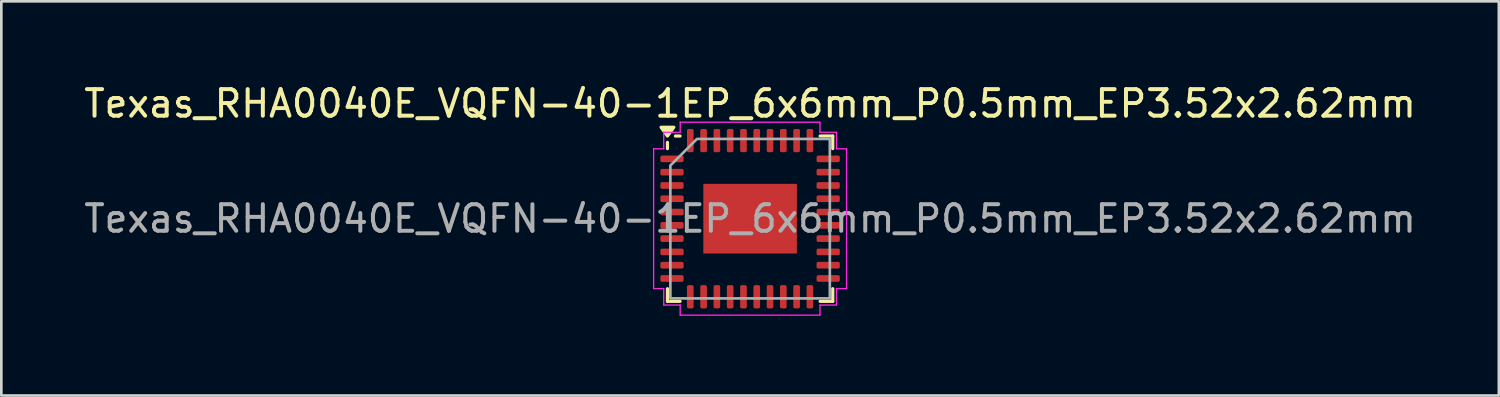
<source format=kicad_pcb>
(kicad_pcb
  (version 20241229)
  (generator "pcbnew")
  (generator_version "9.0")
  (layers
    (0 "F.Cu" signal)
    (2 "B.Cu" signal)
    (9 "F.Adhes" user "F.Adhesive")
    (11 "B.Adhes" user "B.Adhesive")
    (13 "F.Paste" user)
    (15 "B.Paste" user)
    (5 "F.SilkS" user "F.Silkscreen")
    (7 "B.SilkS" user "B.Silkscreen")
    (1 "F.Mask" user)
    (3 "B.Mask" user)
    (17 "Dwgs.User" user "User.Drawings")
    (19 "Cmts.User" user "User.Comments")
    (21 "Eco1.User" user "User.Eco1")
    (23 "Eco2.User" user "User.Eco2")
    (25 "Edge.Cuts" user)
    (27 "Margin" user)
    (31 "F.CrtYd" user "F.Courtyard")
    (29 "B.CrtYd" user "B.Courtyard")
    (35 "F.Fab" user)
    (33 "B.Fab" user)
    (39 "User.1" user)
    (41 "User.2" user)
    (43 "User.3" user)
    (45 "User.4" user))
  (footprint "Texas_RHA0040E_VQFN-40-1EP_6x6mm_P0.5mm_EP3.52x2.62mm"
    (layer "F.Cu")
    (at 25.173 5.178)
    (property "Reference" "Texas_RHA0040E_VQFN-40-1EP_6x6mm_P0.5mm_EP3.52x2.62mm" (at 0 -4.33 0) (layer "F.SilkS") (effects (font (size 1 1) (thickness 0.15))))
    (attr smd)
    (fp_line (start -3.11 -2.635) (end -3.11 -2.87) (stroke (width 0.12) (type solid)) (layer "F.SilkS"))
    (fp_line (start -3.11 3.11) (end -3.11 2.635) (stroke (width 0.12) (type solid)) (layer "F.SilkS"))
    (fp_line (start -2.635 -3.11) (end -2.81 -3.11) (stroke (width 0.12) (type solid)) (layer "F.SilkS"))
    (fp_line (start -2.635 3.11) (end -3.11 3.11) (stroke (width 0.12) (type solid)) (layer "F.SilkS"))
    (fp_line (start 2.635 -3.11) (end 3.11 -3.11) (stroke (width 0.12) (type solid)) (layer "F.SilkS"))
    (fp_line (start 2.635 3.11) (end 3.11 3.11) (stroke (width 0.12) (type solid)) (layer "F.SilkS"))
    (fp_line (start 3.11 -3.11) (end 3.11 -2.635) (stroke (width 0.12) (type solid)) (layer "F.SilkS"))
    (fp_line (start 3.11 3.11) (end 3.11 2.635) (stroke (width 0.12) (type solid)) (layer "F.SilkS"))
    (fp_poly (pts (xy -3.11 -3.11) (xy -3.35 -3.44) (xy -2.87 -3.44)) (stroke (width 0.12) (type solid)) (fill yes) (layer "F.SilkS"))
    (fp_line (start -3.63 -2.63) (end -3.25 -2.63) (stroke (width 0.05) (type solid)) (layer "F.CrtYd"))
    (fp_line (start -3.63 2.63) (end -3.63 -2.63) (stroke (width 0.05) (type solid)) (layer "F.CrtYd"))
    (fp_line (start -3.25 -3.25) (end -2.63 -3.25) (stroke (width 0.05) (type solid)) (layer "F.CrtYd"))
    (fp_line (start -3.25 -2.63) (end -3.25 -3.25) (stroke (width 0.05) (type solid)) (layer "F.CrtYd"))
    (fp_line (start -3.25 2.63) (end -3.63 2.63) (stroke (width 0.05) (type solid)) (layer "F.CrtYd"))
    (fp_line (start -3.25 3.25) (end -3.25 2.63) (stroke (width 0.05) (type solid)) (layer "F.CrtYd"))
    (fp_line (start -2.63 -3.63) (end 2.63 -3.63) (stroke (width 0.05) (type solid)) (layer "F.CrtYd"))
    (fp_line (start -2.63 -3.25) (end -2.63 -3.63) (stroke (width 0.05) (type solid)) (layer "F.CrtYd"))
    (fp_line (start -2.63 3.25) (end -3.25 3.25) (stroke (width 0.05) (type solid)) (layer "F.CrtYd"))
    (fp_line (start -2.63 3.63) (end -2.63 3.25) (stroke (width 0.05) (type solid)) (layer "F.CrtYd"))
    (fp_line (start 2.63 -3.63) (end 2.63 -3.25) (stroke (width 0.05) (type solid)) (layer "F.CrtYd"))
    (fp_line (start 2.63 -3.25) (end 3.25 -3.25) (stroke (width 0.05) (type solid)) (layer "F.CrtYd"))
    (fp_line (start 2.63 3.25) (end 2.63 3.63) (stroke (width 0.05) (type solid)) (layer "F.CrtYd"))
    (fp_line (start 2.63 3.63) (end -2.63 3.63) (stroke (width 0.05) (type solid)) (layer "F.CrtYd"))
    (fp_line (start 3.25 -3.25) (end 3.25 -2.63) (stroke (width 0.05) (type solid)) (layer "F.CrtYd"))
    (fp_line (start 3.25 -2.63) (end 3.63 -2.63) (stroke (width 0.05) (type solid)) (layer "F.CrtYd"))
    (fp_line (start 3.25 2.63) (end 3.25 3.25) (stroke (width 0.05) (type solid)) (layer "F.CrtYd"))
    (fp_line (start 3.25 3.25) (end 2.63 3.25) (stroke (width 0.05) (type solid)) (layer "F.CrtYd"))
    (fp_line (start 3.63 -2.63) (end 3.63 2.63) (stroke (width 0.05) (type solid)) (layer "F.CrtYd"))
    (fp_line (start 3.63 2.63) (end 3.25 2.63) (stroke (width 0.05) (type solid)) (layer "F.CrtYd"))
    (fp_poly (pts (xy -3 -2) (xy -3 3) (xy 3 3) (xy 3 -3) (xy -2 -3)) (stroke (width 0.1) (type solid)) (fill no) (layer "F.Fab"))
    (fp_text user "${REFERENCE}" (at 0 0 0) (layer "F.Fab") (effects (font (size 1 1) (thickness 0.15))))
    (pad "" smd roundrect (at -1.17 -0.655) (size 0.95 1.06) (layers "F.Paste") (roundrect_rratio 0.25))
    (pad "" smd roundrect (at -1.17 0.655) (size 0.95 1.06) (layers "F.Paste") (roundrect_rratio 0.25))
    (pad "" smd roundrect (at 0 -0.655) (size 0.95 1.06) (layers "F.Paste") (roundrect_rratio 0.25))
    (pad "" smd roundrect (at 0 0.655) (size 0.95 1.06) (layers "F.Paste") (roundrect_rratio 0.25))
    (pad "" smd roundrect (at 1.17 -0.655) (size 0.95 1.06) (layers "F.Paste") (roundrect_rratio 0.25))
    (pad "" smd roundrect (at 1.17 0.655) (size 0.95 1.06) (layers "F.Paste") (roundrect_rratio 0.25))
    (pad "1" smd roundrect (at -2.938 -2.25) (size 0.875 0.25) (layers "F.Cu" "F.Mask" "F.Paste") (roundrect_rratio 0.25))
    (pad "2" smd roundrect (at -2.938 -1.75) (size 0.875 0.25) (layers "F.Cu" "F.Mask" "F.Paste") (roundrect_rratio 0.25))
    (pad "3" smd roundrect (at -2.938 -1.25) (size 0.875 0.25) (layers "F.Cu" "F.Mask" "F.Paste") (roundrect_rratio 0.25))
    (pad "4" smd roundrect (at -2.938 -0.75) (size 0.875 0.25) (layers "F.Cu" "F.Mask" "F.Paste") (roundrect_rratio 0.25))
    (pad "5" smd roundrect (at -2.938 -0.25) (size 0.875 0.25) (layers "F.Cu" "F.Mask" "F.Paste") (roundrect_rratio 0.25))
    (pad "6" smd roundrect (at -2.938 0.25) (size 0.875 0.25) (layers "F.Cu" "F.Mask" "F.Paste") (roundrect_rratio 0.25))
    (pad "7" smd roundrect (at -2.938 0.75) (size 0.875 0.25) (layers "F.Cu" "F.Mask" "F.Paste") (roundrect_rratio 0.25))
    (pad "8" smd roundrect (at -2.938 1.25) (size 0.875 0.25) (layers "F.Cu" "F.Mask" "F.Paste") (roundrect_rratio 0.25))
    (pad "9" smd roundrect (at -2.938 1.75) (size 0.875 0.25) (layers "F.Cu" "F.Mask" "F.Paste") (roundrect_rratio 0.25))
    (pad "10" smd roundrect (at -2.938 2.25) (size 0.875 0.25) (layers "F.Cu" "F.Mask" "F.Paste") (roundrect_rratio 0.25))
    (pad "11" smd roundrect (at -2.25 2.938) (size 0.25 0.875) (layers "F.Cu" "F.Mask" "F.Paste") (roundrect_rratio 0.25))
    (pad "12" smd roundrect (at -1.75 2.938) (size 0.25 0.875) (layers "F.Cu" "F.Mask" "F.Paste") (roundrect_rratio 0.25))
    (pad "13" smd roundrect (at -1.25 2.938) (size 0.25 0.875) (layers "F.Cu" "F.Mask" "F.Paste") (roundrect_rratio 0.25))
    (pad "14" smd roundrect (at -0.75 2.938) (size 0.25 0.875) (layers "F.Cu" "F.Mask" "F.Paste") (roundrect_rratio 0.25))
    (pad "15" smd roundrect (at -0.25 2.938) (size 0.25 0.875) (layers "F.Cu" "F.Mask" "F.Paste") (roundrect_rratio 0.25))
    (pad "16" smd roundrect (at 0.25 2.938) (size 0.25 0.875) (layers "F.Cu" "F.Mask" "F.Paste") (roundrect_rratio 0.25))
    (pad "17" smd roundrect (at 0.75 2.938) (size 0.25 0.875) (layers "F.Cu" "F.Mask" "F.Paste") (roundrect_rratio 0.25))
    (pad "18" smd roundrect (at 1.25 2.938) (size 0.25 0.875) (layers "F.Cu" "F.Mask" "F.Paste") (roundrect_rratio 0.25))
    (pad "19" smd roundrect (at 1.75 2.938) (size 0.25 0.875) (layers "F.Cu" "F.Mask" "F.Paste") (roundrect_rratio 0.25))
    (pad "20" smd roundrect (at 2.25 2.938) (size 0.25 0.875) (layers "F.Cu" "F.Mask" "F.Paste") (roundrect_rratio 0.25))
    (pad "21" smd roundrect (at 2.938 2.25) (size 0.875 0.25) (layers "F.Cu" "F.Mask" "F.Paste") (roundrect_rratio 0.25))
    (pad "22" smd roundrect (at 2.938 1.75) (size 0.875 0.25) (layers "F.Cu" "F.Mask" "F.Paste") (roundrect_rratio 0.25))
    (pad "23" smd roundrect (at 2.938 1.25) (size 0.875 0.25) (layers "F.Cu" "F.Mask" "F.Paste") (roundrect_rratio 0.25))
    (pad "24" smd roundrect (at 2.938 0.75) (size 0.875 0.25) (layers "F.Cu" "F.Mask" "F.Paste") (roundrect_rratio 0.25))
    (pad "25" smd roundrect (at 2.938 0.25) (size 0.875 0.25) (layers "F.Cu" "F.Mask" "F.Paste") (roundrect_rratio 0.25))
    (pad "26" smd roundrect (at 2.938 -0.25) (size 0.875 0.25) (layers "F.Cu" "F.Mask" "F.Paste") (roundrect_rratio 0.25))
    (pad "27" smd roundrect (at 2.938 -0.75) (size 0.875 0.25) (layers "F.Cu" "F.Mask" "F.Paste") (roundrect_rratio 0.25))
    (pad "28" smd roundrect (at 2.938 -1.25) (size 0.875 0.25) (layers "F.Cu" "F.Mask" "F.Paste") (roundrect_rratio 0.25))
    (pad "29" smd roundrect (at 2.938 -1.75) (size 0.875 0.25) (layers "F.Cu" "F.Mask" "F.Paste") (roundrect_rratio 0.25))
    (pad "30" smd roundrect (at 2.938 -2.25) (size 0.875 0.25) (layers "F.Cu" "F.Mask" "F.Paste") (roundrect_rratio 0.25))
    (pad "31" smd roundrect (at 2.25 -2.938) (size 0.25 0.875) (layers "F.Cu" "F.Mask" "F.Paste") (roundrect_rratio 0.25))
    (pad "32" smd roundrect (at 1.75 -2.938) (size 0.25 0.875) (layers "F.Cu" "F.Mask" "F.Paste") (roundrect_rratio 0.25))
    (pad "33" smd roundrect (at 1.25 -2.938) (size 0.25 0.875) (layers "F.Cu" "F.Mask" "F.Paste") (roundrect_rratio 0.25))
    (pad "34" smd roundrect (at 0.75 -2.938) (size 0.25 0.875) (layers "F.Cu" "F.Mask" "F.Paste") (roundrect_rratio 0.25))
    (pad "35" smd roundrect (at 0.25 -2.938) (size 0.25 0.875) (layers "F.Cu" "F.Mask" "F.Paste") (roundrect_rratio 0.25))
    (pad "36" smd roundrect (at -0.25 -2.938) (size 0.25 0.875) (layers "F.Cu" "F.Mask" "F.Paste") (roundrect_rratio 0.25))
    (pad "37" smd roundrect (at -0.75 -2.938) (size 0.25 0.875) (layers "F.Cu" "F.Mask" "F.Paste") (roundrect_rratio 0.25))
    (pad "38" smd roundrect (at -1.25 -2.938) (size 0.25 0.875) (layers "F.Cu" "F.Mask" "F.Paste") (roundrect_rratio 0.25))
    (pad "39" smd roundrect (at -1.75 -2.938) (size 0.25 0.875) (layers "F.Cu" "F.Mask" "F.Paste") (roundrect_rratio 0.25))
    (pad "40" smd roundrect (at -2.25 -2.938) (size 0.25 0.875) (layers "F.Cu" "F.Mask" "F.Paste") (roundrect_rratio 0.25))
    (pad "41" smd rect (at 0 0) (size 3.52 2.62) (property pad_prop_heatsink) (layers "F.Cu" "F.Mask")))
  (gr_rect
    (start -3 -3)
    (end 53.345 11.833)
    (stroke (width 0.1) (type default))
    (fill no)
    (layer "Edge.Cuts")))
</source>
